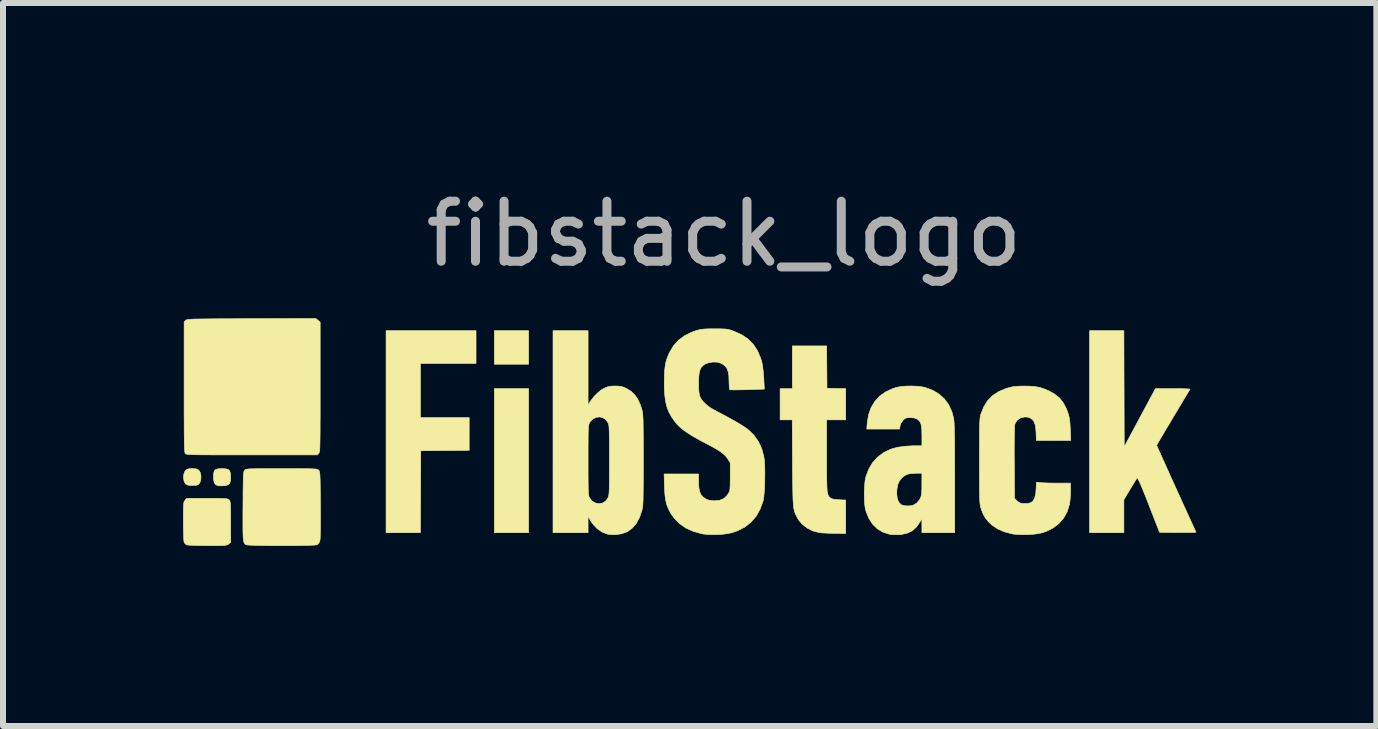
<source format=kicad_pcb>
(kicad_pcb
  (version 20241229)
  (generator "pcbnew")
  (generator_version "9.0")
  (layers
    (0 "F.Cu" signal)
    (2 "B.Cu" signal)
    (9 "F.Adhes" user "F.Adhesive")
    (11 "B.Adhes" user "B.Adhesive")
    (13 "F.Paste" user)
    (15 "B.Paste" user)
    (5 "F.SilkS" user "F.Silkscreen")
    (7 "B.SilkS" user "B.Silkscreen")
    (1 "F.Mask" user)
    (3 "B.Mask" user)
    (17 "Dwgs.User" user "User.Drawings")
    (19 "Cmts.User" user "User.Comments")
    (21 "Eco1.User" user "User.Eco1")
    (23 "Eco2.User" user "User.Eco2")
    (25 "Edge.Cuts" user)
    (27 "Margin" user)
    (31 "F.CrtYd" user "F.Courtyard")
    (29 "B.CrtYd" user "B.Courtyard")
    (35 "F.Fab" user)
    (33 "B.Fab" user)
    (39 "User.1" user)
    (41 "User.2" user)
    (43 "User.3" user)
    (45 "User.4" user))
  (footprint "fibstack_logo"
    (layer "F.Cu")
    (at 9.016 3.848)
    (property "Reference" "fibstack_logo" (at 0 -3 0) (unlocked yes) (layer "F.Fab") (effects (font (size 1 1) (thickness 0.15))))
    (fp_poly (pts (xy -3.258 -0.829) (xy -3.829 -0.829) (xy -3.829 -1.388) (xy -3.258 -1.388) (xy -3.258 -0.829)) (stroke (width 0.01) (type solid)) (fill yes) (layer "F.SilkS"))
    (fp_poly (pts (xy -3.258 1.978) (xy -3.829 1.978) (xy -3.829 -0.422) (xy -3.258 -0.422) (xy -3.258 1.978)) (stroke (width 0.01) (type solid)) (fill yes) (layer "F.SilkS"))
    (fp_poly (pts (xy -4.134 -0.842) (xy -5.061 -0.842) (xy -5.061 0.06) (xy -4.248 0.06) (xy -4.248 0.606) (xy -4.651 0.609) (xy -5.055 0.613) (xy -5.058 1.295) (xy -5.061 1.978) (xy -5.633 1.978) (xy -5.633 -1.388) (xy -4.134 -1.388) (xy -4.134 -0.842)) (stroke (width 0.01) (type solid)) (fill yes) (layer "F.SilkS"))
    (fp_poly (pts (xy -8.305 0.914) (xy -8.263 0.925) (xy -8.239 0.947) (xy -8.227 0.986) (xy -8.223 1.044) (xy -8.223 1.049) (xy -8.226 1.112) (xy -8.238 1.154) (xy -8.262 1.179) (xy -8.3 1.192) (xy -8.338 1.196) (xy -8.382 1.198) (xy -8.42 1.197) (xy -8.435 1.195) (xy -8.472 1.179) (xy -8.495 1.147) (xy -8.507 1.097) (xy -8.509 1.051) (xy -8.506 0.99) (xy -8.495 0.949) (xy -8.471 0.925) (xy -8.43 0.914) (xy -8.369 0.911) (xy -8.367 0.911) (xy -8.305 0.914)) (stroke (width 0.01) (type solid)) (fill yes) (layer "F.SilkS"))
    (fp_poly (pts (xy -8.814 0.913) (xy -8.784 0.919) (xy -8.761 0.932) (xy -8.75 0.942) (xy -8.728 0.98) (xy -8.717 1.031) (xy -8.719 1.085) (xy -8.732 1.135) (xy -8.745 1.157) (xy -8.761 1.175) (xy -8.78 1.185) (xy -8.81 1.189) (xy -8.856 1.19) (xy -8.859 1.19) (xy -8.911 1.189) (xy -8.944 1.183) (xy -8.965 1.172) (xy -8.972 1.166) (xy -8.997 1.125) (xy -9.008 1.073) (xy -9.006 1.017) (xy -8.991 0.966) (xy -8.97 0.936) (xy -8.947 0.921) (xy -8.915 0.913) (xy -8.866 0.911) (xy -8.862 0.911) (xy -8.814 0.913)) (stroke (width 0.01) (type solid)) (fill yes) (layer "F.SilkS"))
    (fp_poly (pts (xy -8.514 1.406) (xy -8.434 1.407) (xy -8.373 1.408) (xy -8.329 1.409) (xy -8.298 1.412) (xy -8.277 1.416) (xy -8.263 1.421) (xy -8.253 1.428) (xy -8.249 1.432) (xy -8.241 1.441) (xy -8.235 1.452) (xy -8.231 1.469) (xy -8.228 1.494) (xy -8.225 1.532) (xy -8.224 1.583) (xy -8.224 1.653) (xy -8.223 1.744) (xy -8.223 1.799) (xy -8.223 2.141) (xy -8.257 2.167) (xy -8.268 2.176) (xy -8.282 2.182) (xy -8.3 2.186) (xy -8.327 2.19) (xy -8.365 2.192) (xy -8.419 2.193) (xy -8.49 2.193) (xy -8.583 2.193) (xy -8.609 2.193) (xy -8.698 2.192) (xy -8.78 2.191) (xy -8.851 2.189) (xy -8.906 2.186) (xy -8.944 2.183) (xy -8.957 2.181) (xy -8.983 2.16) (xy -8.998 2.136) (xy -9.002 2.114) (xy -9.005 2.071) (xy -9.007 2.009) (xy -9.009 1.934) (xy -9.011 1.848) (xy -9.011 1.788) (xy -9.011 1.69) (xy -9.01 1.615) (xy -9.009 1.558) (xy -9.007 1.517) (xy -9.004 1.488) (xy -9 1.468) (xy -8.994 1.453) (xy -8.986 1.442) (xy -8.984 1.44) (xy -8.958 1.406) (xy -8.616 1.406) (xy -8.514 1.406)) (stroke (width 0.01) (type solid)) (fill yes) (layer "F.SilkS"))
    (fp_poly (pts (xy 1.714 -0.429) (xy 1.87 -0.425) (xy 2.026 -0.422) (xy 2.026 0.098) (xy 1.708 0.098) (xy 1.708 0.696) (xy 1.708 0.841) (xy 1.708 0.962) (xy 1.709 1.063) (xy 1.711 1.146) (xy 1.713 1.211) (xy 1.716 1.263) (xy 1.72 1.302) (xy 1.726 1.332) (xy 1.734 1.354) (xy 1.743 1.371) (xy 1.754 1.384) (xy 1.768 1.397) (xy 1.769 1.398) (xy 1.79 1.411) (xy 1.823 1.42) (xy 1.872 1.426) (xy 1.911 1.429) (xy 2.026 1.435) (xy 2.026 1.991) (xy 1.838 1.989) (xy 1.765 1.988) (xy 1.694 1.985) (xy 1.634 1.982) (xy 1.589 1.978) (xy 1.581 1.976) (xy 1.479 1.949) (xy 1.384 1.901) (xy 1.302 1.838) (xy 1.238 1.761) (xy 1.212 1.715) (xy 1.198 1.686) (xy 1.186 1.66) (xy 1.176 1.633) (xy 1.168 1.605) (xy 1.161 1.572) (xy 1.156 1.532) (xy 1.152 1.484) (xy 1.148 1.424) (xy 1.146 1.352) (xy 1.144 1.263) (xy 1.143 1.157) (xy 1.141 1.031) (xy 1.14 0.883) (xy 1.14 0.813) (xy 1.135 0.098) (xy 0.933 0.098) (xy 0.933 -0.422) (xy 1.137 -0.422) (xy 1.137 -1.134) (xy 1.708 -1.134) (xy 1.714 -0.429)) (stroke (width 0.01) (type solid)) (fill yes) (layer "F.SilkS"))
    (fp_poly (pts (xy -6.767 -1.56) (xy -6.731 -1.53) (xy -6.731 -0.45) (xy -6.731 -0.26) (xy -6.731 -0.093) (xy -6.731 0.052) (xy -6.732 0.176) (xy -6.732 0.281) (xy -6.733 0.369) (xy -6.734 0.442) (xy -6.735 0.5) (xy -6.736 0.546) (xy -6.738 0.581) (xy -6.74 0.607) (xy -6.743 0.626) (xy -6.746 0.639) (xy -6.749 0.648) (xy -6.753 0.654) (xy -6.755 0.656) (xy -6.779 0.682) (xy -7.868 0.682) (xy -8.059 0.682) (xy -8.227 0.682) (xy -8.373 0.682) (xy -8.498 0.682) (xy -8.604 0.681) (xy -8.692 0.681) (xy -8.765 0.68) (xy -8.824 0.679) (xy -8.87 0.677) (xy -8.906 0.676) (xy -8.932 0.673) (xy -8.95 0.671) (xy -8.963 0.668) (xy -8.971 0.664) (xy -8.976 0.66) (xy -8.977 0.659) (xy -8.981 0.654) (xy -8.984 0.644) (xy -8.987 0.63) (xy -8.989 0.608) (xy -8.991 0.578) (xy -8.993 0.538) (xy -8.994 0.486) (xy -8.995 0.421) (xy -8.996 0.341) (xy -8.997 0.244) (xy -8.997 0.129) (xy -8.998 -0.005) (xy -8.998 -0.161) (xy -8.998 -0.339) (xy -8.998 -0.45) (xy -8.998 -1.536) (xy -8.971 -1.56) (xy -8.966 -1.565) (xy -8.958 -1.568) (xy -8.947 -1.572) (xy -8.931 -1.574) (xy -8.908 -1.577) (xy -8.876 -1.579) (xy -8.834 -1.581) (xy -8.78 -1.582) (xy -8.713 -1.583) (xy -8.631 -1.584) (xy -8.532 -1.585) (xy -8.415 -1.586) (xy -8.278 -1.586) (xy -8.119 -1.587) (xy -7.937 -1.588) (xy -7.874 -1.588) (xy -6.803 -1.591) (xy -6.767 -1.56)) (stroke (width 0.01) (type solid)) (fill yes) (layer "F.SilkS"))
    (fp_poly (pts (xy 6.664 -0.42) (xy 6.667 0.547) (xy 6.927 0.062) (xy 7.187 -0.422) (xy 7.477 -0.422) (xy 7.56 -0.422) (xy 7.632 -0.421) (xy 7.692 -0.419) (xy 7.736 -0.417) (xy 7.759 -0.414) (xy 7.762 -0.413) (xy 7.755 -0.4) (xy 7.736 -0.368) (xy 7.706 -0.319) (xy 7.668 -0.255) (xy 7.622 -0.178) (xy 7.57 -0.091) (xy 7.513 0.004) (xy 7.482 0.056) (xy 7.424 0.154) (xy 7.369 0.245) (xy 7.321 0.327) (xy 7.279 0.398) (xy 7.245 0.455) (xy 7.222 0.496) (xy 7.209 0.519) (xy 7.207 0.523) (xy 7.212 0.535) (xy 7.227 0.568) (xy 7.25 0.619) (xy 7.28 0.686) (xy 7.316 0.767) (xy 7.358 0.859) (xy 7.403 0.959) (xy 7.451 1.066) (xy 7.502 1.177) (xy 7.552 1.289) (xy 7.603 1.4) (xy 7.652 1.508) (xy 7.699 1.61) (xy 7.741 1.704) (xy 7.78 1.788) (xy 7.812 1.858) (xy 7.837 1.913) (xy 7.855 1.951) (xy 7.863 1.968) (xy 7.863 1.969) (xy 7.853 1.971) (xy 7.821 1.973) (xy 7.769 1.975) (xy 7.703 1.975) (xy 7.625 1.975) (xy 7.563 1.975) (xy 7.256 1.972) (xy 7.076 1.512) (xy 7.028 1.388) (xy 6.987 1.287) (xy 6.954 1.207) (xy 6.928 1.147) (xy 6.908 1.104) (xy 6.894 1.078) (xy 6.885 1.067) (xy 6.882 1.067) (xy 6.871 1.083) (xy 6.849 1.117) (xy 6.82 1.164) (xy 6.786 1.22) (xy 6.764 1.256) (xy 6.661 1.429) (xy 6.661 1.978) (xy 6.09 1.978) (xy 6.09 -1.388) (xy 6.661 -1.388) (xy 6.664 -0.42)) (stroke (width 0.01) (type solid)) (fill yes) (layer "F.SilkS"))
    (fp_poly (pts (xy -7.234 0.911) (xy -7.12 0.911) (xy -7.026 0.912) (xy -6.95 0.912) (xy -6.892 0.913) (xy -6.847 0.915) (xy -6.815 0.917) (xy -6.792 0.92) (xy -6.776 0.923) (xy -6.766 0.928) (xy -6.76 0.933) (xy -6.755 0.938) (xy -6.749 0.945) (xy -6.745 0.956) (xy -6.741 0.971) (xy -6.737 0.993) (xy -6.735 1.025) (xy -6.733 1.069) (xy -6.731 1.128) (xy -6.73 1.203) (xy -6.729 1.297) (xy -6.728 1.412) (xy -6.727 1.519) (xy -6.726 1.674) (xy -6.726 1.807) (xy -6.727 1.917) (xy -6.729 2.005) (xy -6.731 2.069) (xy -6.735 2.108) (xy -6.737 2.119) (xy -6.758 2.16) (xy -6.782 2.179) (xy -6.803 2.182) (xy -6.845 2.186) (xy -6.906 2.188) (xy -6.984 2.19) (xy -7.073 2.192) (xy -7.172 2.193) (xy -7.277 2.193) (xy -7.385 2.194) (xy -7.492 2.193) (xy -7.596 2.193) (xy -7.694 2.191) (xy -7.781 2.19) (xy -7.855 2.187) (xy -7.913 2.185) (xy -7.951 2.182) (xy -7.965 2.179) (xy -7.978 2.172) (xy -7.989 2.162) (xy -7.997 2.148) (xy -8.004 2.128) (xy -8.01 2.099) (xy -8.014 2.059) (xy -8.016 2.005) (xy -8.018 1.936) (xy -8.018 1.85) (xy -8.018 1.744) (xy -8.018 1.616) (xy -8.017 1.531) (xy -8.016 1.396) (xy -8.016 1.284) (xy -8.014 1.193) (xy -8.013 1.12) (xy -8.012 1.064) (xy -8.01 1.021) (xy -8.007 0.991) (xy -8.004 0.969) (xy -8 0.954) (xy -7.995 0.945) (xy -7.99 0.938) (xy -7.983 0.932) (xy -7.976 0.926) (xy -7.965 0.922) (xy -7.947 0.919) (xy -7.922 0.916) (xy -7.886 0.914) (xy -7.837 0.913) (xy -7.774 0.912) (xy -7.694 0.911) (xy -7.594 0.911) (xy -7.472 0.911) (xy -7.372 0.911) (xy -7.234 0.911)) (stroke (width 0.01) (type solid)) (fill yes) (layer "F.SilkS"))
    (fp_poly (pts (xy 5.095 -0.463) (xy 5.18 -0.456) (xy 5.256 -0.443) (xy 5.328 -0.42) (xy 5.403 -0.389) (xy 5.505 -0.333) (xy 5.588 -0.266) (xy 5.653 -0.184) (xy 5.705 -0.084) (xy 5.728 -0.022) (xy 5.742 0.025) (xy 5.753 0.071) (xy 5.76 0.124) (xy 5.765 0.189) (xy 5.769 0.259) (xy 5.776 0.441) (xy 5.203 0.441) (xy 5.198 0.311) (xy 5.192 0.231) (xy 5.181 0.171) (xy 5.163 0.126) (xy 5.137 0.093) (xy 5.108 0.072) (xy 5.072 0.055) (xy 5.03 0.05) (xy 5 0.051) (xy 4.935 0.067) (xy 4.884 0.103) (xy 4.85 0.157) (xy 4.844 0.174) (xy 4.841 0.199) (xy 4.838 0.249) (xy 4.836 0.323) (xy 4.835 0.419) (xy 4.834 0.538) (xy 4.834 0.678) (xy 4.835 0.812) (xy 4.839 1.406) (xy 4.879 1.447) (xy 4.908 1.471) (xy 4.937 1.485) (xy 4.979 1.491) (xy 4.995 1.493) (xy 5.062 1.492) (xy 5.114 1.477) (xy 5.152 1.445) (xy 5.177 1.395) (xy 5.193 1.324) (xy 5.198 1.256) (xy 5.204 1.137) (xy 5.269 1.144) (xy 5.304 1.147) (xy 5.358 1.149) (xy 5.426 1.151) (xy 5.501 1.152) (xy 5.553 1.152) (xy 5.772 1.152) (xy 5.772 1.289) (xy 5.77 1.357) (xy 5.765 1.425) (xy 5.758 1.485) (xy 5.754 1.51) (xy 5.716 1.629) (xy 5.658 1.734) (xy 5.58 1.824) (xy 5.483 1.899) (xy 5.369 1.956) (xy 5.283 1.984) (xy 5.22 1.996) (xy 5.14 2.005) (xy 5.05 2.01) (xy 4.96 2.011) (xy 4.877 2.007) (xy 4.808 2) (xy 4.801 1.998) (xy 4.668 1.963) (xy 4.556 1.914) (xy 4.461 1.85) (xy 4.399 1.789) (xy 4.353 1.732) (xy 4.319 1.673) (xy 4.291 1.604) (xy 4.278 1.565) (xy 4.273 1.547) (xy 4.268 1.527) (xy 4.265 1.503) (xy 4.262 1.473) (xy 4.26 1.434) (xy 4.258 1.385) (xy 4.257 1.323) (xy 4.256 1.247) (xy 4.255 1.153) (xy 4.255 1.039) (xy 4.254 0.904) (xy 4.254 0.784) (xy 4.254 0.631) (xy 4.255 0.501) (xy 4.255 0.393) (xy 4.256 0.303) (xy 4.257 0.229) (xy 4.258 0.171) (xy 4.26 0.124) (xy 4.263 0.088) (xy 4.266 0.059) (xy 4.269 0.036) (xy 4.274 0.017) (xy 4.278 0.004) (xy 4.326 -0.118) (xy 4.39 -0.22) (xy 4.471 -0.304) (xy 4.571 -0.371) (xy 4.69 -0.422) (xy 4.722 -0.432) (xy 4.775 -0.446) (xy 4.824 -0.456) (xy 4.879 -0.461) (xy 4.947 -0.464) (xy 4.991 -0.465) (xy 5.095 -0.463)) (stroke (width 0.01) (type solid)) (fill yes) (layer "F.SilkS"))
    (fp_poly (pts (xy 3.218 -0.462) (xy 3.3 -0.452) (xy 3.345 -0.443) (xy 3.471 -0.397) (xy 3.58 -0.333) (xy 3.671 -0.251) (xy 3.743 -0.152) (xy 3.795 -0.038) (xy 3.823 0.068) (xy 3.827 0.091) (xy 3.83 0.121) (xy 3.833 0.159) (xy 3.835 0.208) (xy 3.837 0.268) (xy 3.838 0.342) (xy 3.84 0.432) (xy 3.841 0.539) (xy 3.841 0.666) (xy 3.841 0.813) (xy 3.842 0.983) (xy 3.842 1.071) (xy 3.842 1.978) (xy 3.296 1.978) (xy 3.295 1.743) (xy 3.263 1.8) (xy 3.205 1.883) (xy 3.136 1.945) (xy 3.055 1.985) (xy 2.958 2.007) (xy 2.909 2.011) (xy 2.851 2.011) (xy 2.796 2.009) (xy 2.755 2.004) (xy 2.752 2.003) (xy 2.645 1.969) (xy 2.553 1.913) (xy 2.475 1.837) (xy 2.413 1.742) (xy 2.366 1.628) (xy 2.354 1.584) (xy 2.345 1.529) (xy 2.339 1.455) (xy 2.337 1.37) (xy 2.337 1.323) (xy 2.876 1.323) (xy 2.884 1.405) (xy 2.907 1.467) (xy 2.946 1.509) (xy 2.951 1.512) (xy 2.989 1.526) (xy 3.042 1.532) (xy 3.097 1.531) (xy 3.146 1.522) (xy 3.152 1.52) (xy 3.21 1.484) (xy 3.257 1.428) (xy 3.272 1.4) (xy 3.281 1.374) (xy 3.288 1.344) (xy 3.292 1.303) (xy 3.295 1.248) (xy 3.295 1.172) (xy 3.295 1.168) (xy 3.296 0.987) (xy 3.204 0.987) (xy 3.124 0.991) (xy 3.062 1.002) (xy 3.013 1.024) (xy 2.969 1.058) (xy 2.958 1.069) (xy 2.918 1.12) (xy 2.893 1.178) (xy 2.88 1.249) (xy 2.876 1.323) (xy 2.337 1.323) (xy 2.337 1.281) (xy 2.341 1.195) (xy 2.348 1.119) (xy 2.358 1.06) (xy 2.361 1.051) (xy 2.408 0.923) (xy 2.473 0.812) (xy 2.557 0.719) (xy 2.657 0.644) (xy 2.774 0.588) (xy 2.807 0.577) (xy 2.904 0.553) (xy 3.018 0.538) (xy 3.143 0.53) (xy 3.174 0.53) (xy 3.296 0.53) (xy 3.296 0.365) (xy 3.294 0.278) (xy 3.289 0.212) (xy 3.279 0.164) (xy 3.263 0.129) (xy 3.24 0.103) (xy 3.217 0.086) (xy 3.17 0.067) (xy 3.109 0.06) (xy 3.101 0.06) (xy 3.056 0.062) (xy 3.027 0.069) (xy 3.002 0.085) (xy 2.984 0.103) (xy 2.945 0.156) (xy 2.932 0.198) (xy 2.924 0.251) (xy 2.651 0.251) (xy 2.377 0.251) (xy 2.385 0.151) (xy 2.406 0.016) (xy 2.448 -0.104) (xy 2.51 -0.208) (xy 2.591 -0.297) (xy 2.691 -0.368) (xy 2.81 -0.423) (xy 2.876 -0.444) (xy 2.947 -0.457) (xy 3.033 -0.464) (xy 3.126 -0.466) (xy 3.218 -0.462)) (stroke (width 0.01) (type solid)) (fill yes) (layer "F.SilkS"))
    (fp_poly (pts (xy -2.267 -0.149) (xy -2.228 -0.211) (xy -2.171 -0.287) (xy -2.104 -0.355) (xy -2.032 -0.41) (xy -1.991 -0.432) (xy -1.946 -0.451) (xy -1.904 -0.461) (xy -1.855 -0.465) (xy -1.814 -0.466) (xy -1.757 -0.464) (xy -1.714 -0.458) (xy -1.674 -0.446) (xy -1.628 -0.425) (xy -1.551 -0.378) (xy -1.488 -0.318) (xy -1.436 -0.242) (xy -1.394 -0.148) (xy -1.369 -0.067) (xy -1.364 -0.048) (xy -1.36 -0.026) (xy -1.357 -0.001) (xy -1.354 0.031) (xy -1.352 0.072) (xy -1.35 0.123) (xy -1.349 0.187) (xy -1.348 0.266) (xy -1.347 0.361) (xy -1.347 0.476) (xy -1.346 0.612) (xy -1.346 0.765) (xy -1.346 0.924) (xy -1.347 1.06) (xy -1.347 1.174) (xy -1.348 1.27) (xy -1.349 1.349) (xy -1.35 1.413) (xy -1.352 1.464) (xy -1.354 1.505) (xy -1.357 1.537) (xy -1.361 1.563) (xy -1.365 1.585) (xy -1.368 1.601) (xy -1.409 1.723) (xy -1.464 1.824) (xy -1.531 1.903) (xy -1.612 1.961) (xy -1.706 1.996) (xy -1.798 2.01) (xy -1.853 2.011) (xy -1.904 2.008) (xy -1.94 2.003) (xy -2.035 1.966) (xy -2.12 1.907) (xy -2.193 1.826) (xy -2.228 1.772) (xy -2.267 1.705) (xy -2.267 1.978) (xy -2.851 1.978) (xy -2.851 0.771) (xy -2.267 0.771) (xy -2.267 0.909) (xy -2.267 1.023) (xy -2.266 1.117) (xy -2.265 1.192) (xy -2.264 1.251) (xy -2.262 1.297) (xy -2.26 1.331) (xy -2.256 1.356) (xy -2.252 1.374) (xy -2.248 1.387) (xy -2.245 1.393) (xy -2.205 1.447) (xy -2.152 1.481) (xy -2.091 1.494) (xy -2.027 1.484) (xy -2.006 1.475) (xy -1.963 1.441) (xy -1.937 1.401) (xy -1.931 1.388) (xy -1.926 1.373) (xy -1.922 1.355) (xy -1.919 1.331) (xy -1.916 1.299) (xy -1.914 1.256) (xy -1.913 1.2) (xy -1.912 1.129) (xy -1.912 1.041) (xy -1.911 0.931) (xy -1.911 0.8) (xy -1.911 0.771) (xy -1.911 0.635) (xy -1.912 0.522) (xy -1.912 0.429) (xy -1.913 0.355) (xy -1.914 0.296) (xy -1.916 0.251) (xy -1.918 0.217) (xy -1.921 0.192) (xy -1.925 0.173) (xy -1.93 0.158) (xy -1.936 0.144) (xy -1.937 0.142) (xy -1.974 0.092) (xy -2.022 0.061) (xy -2.076 0.049) (xy -2.132 0.056) (xy -2.185 0.081) (xy -2.229 0.124) (xy -2.245 0.15) (xy -2.25 0.162) (xy -2.254 0.178) (xy -2.258 0.199) (xy -2.261 0.227) (xy -2.263 0.267) (xy -2.265 0.318) (xy -2.266 0.385) (xy -2.266 0.469) (xy -2.267 0.572) (xy -2.267 0.697) (xy -2.267 0.771) (xy -2.851 0.771) (xy -2.851 -1.388) (xy -2.267 -1.388) (xy -2.267 -0.149)) (stroke (width 0.01) (type solid)) (fill yes) (layer "F.SilkS"))
    (fp_poly (pts (xy -0.08 -1.419) (xy -0.021 -1.417) (xy 0.024 -1.415) (xy 0.061 -1.41) (xy 0.095 -1.402) (xy 0.131 -1.39) (xy 0.159 -1.38) (xy 0.287 -1.323) (xy 0.396 -1.251) (xy 0.485 -1.162) (xy 0.555 -1.056) (xy 0.608 -0.932) (xy 0.628 -0.866) (xy 0.639 -0.809) (xy 0.649 -0.735) (xy 0.657 -0.651) (xy 0.661 -0.591) (xy 0.67 -0.414) (xy 0.388 -0.405) (xy 0.306 -0.403) (xy 0.232 -0.402) (xy 0.17 -0.401) (xy 0.124 -0.402) (xy 0.099 -0.403) (xy 0.094 -0.404) (xy 0.09 -0.419) (xy 0.086 -0.454) (xy 0.083 -0.502) (xy 0.082 -0.544) (xy 0.079 -0.635) (xy 0.068 -0.705) (xy 0.048 -0.758) (xy 0.016 -0.8) (xy -0.029 -0.833) (xy -0.047 -0.843) (xy -0.11 -0.863) (xy -0.182 -0.866) (xy -0.255 -0.855) (xy -0.32 -0.83) (xy -0.354 -0.806) (xy -0.382 -0.775) (xy -0.402 -0.735) (xy -0.415 -0.684) (xy -0.423 -0.616) (xy -0.425 -0.527) (xy -0.425 -0.519) (xy -0.424 -0.432) (xy -0.42 -0.364) (xy -0.41 -0.312) (xy -0.395 -0.27) (xy -0.371 -0.232) (xy -0.337 -0.193) (xy -0.324 -0.181) (xy -0.287 -0.146) (xy -0.243 -0.113) (xy -0.188 -0.079) (xy -0.116 -0.04) (xy -0.076 -0.019) (xy 0.056 0.051) (xy 0.173 0.116) (xy 0.273 0.175) (xy 0.354 0.227) (xy 0.403 0.263) (xy 0.497 0.354) (xy 0.573 0.462) (xy 0.629 0.585) (xy 0.662 0.711) (xy 0.67 0.767) (xy 0.675 0.841) (xy 0.678 0.929) (xy 0.678 1.024) (xy 0.677 1.122) (xy 0.674 1.218) (xy 0.668 1.305) (xy 0.661 1.38) (xy 0.653 1.436) (xy 0.649 1.451) (xy 0.6 1.586) (xy 0.534 1.703) (xy 0.449 1.802) (xy 0.347 1.883) (xy 0.227 1.945) (xy 0.133 1.978) (xy 0.049 1.995) (xy -0.05 2.007) (xy -0.156 2.011) (xy -0.259 2.009) (xy -0.349 2) (xy -0.364 1.997) (xy -0.507 1.959) (xy -0.633 1.903) (xy -0.742 1.828) (xy -0.833 1.736) (xy -0.892 1.651) (xy -0.927 1.584) (xy -0.954 1.517) (xy -0.972 1.444) (xy -0.985 1.36) (xy -0.992 1.259) (xy -0.994 1.206) (xy -1 1) (xy -0.426 1) (xy -0.426 1.127) (xy -0.422 1.217) (xy -0.41 1.286) (xy -0.389 1.34) (xy -0.355 1.381) (xy -0.308 1.414) (xy -0.294 1.422) (xy -0.245 1.439) (xy -0.182 1.446) (xy -0.158 1.447) (xy -0.076 1.439) (xy -0.01 1.413) (xy 0.041 1.368) (xy 0.068 1.33) (xy 0.08 1.309) (xy 0.089 1.29) (xy 0.095 1.267) (xy 0.098 1.238) (xy 0.1 1.197) (xy 0.101 1.14) (xy 0.102 1.063) (xy 0.102 1.043) (xy 0.102 0.814) (xy 0.063 0.752) (xy 0.035 0.712) (xy 0.000088 0.676) (xy -0.045 0.639) (xy -0.104 0.6) (xy -0.18 0.556) (xy -0.277 0.504) (xy -0.278 0.504) (xy -0.406 0.436) (xy -0.513 0.376) (xy -0.601 0.321) (xy -0.674 0.27) (xy -0.735 0.22) (xy -0.785 0.17) (xy -0.826 0.12) (xy -0.88 0.042) (xy -0.922 -0.036) (xy -0.953 -0.117) (xy -0.975 -0.207) (xy -0.989 -0.311) (xy -0.996 -0.431) (xy -0.997 -0.527) (xy -0.995 -0.639) (xy -0.99 -0.732) (xy -0.981 -0.809) (xy -0.967 -0.877) (xy -0.946 -0.941) (xy -0.918 -1.007) (xy -0.907 -1.03) (xy -0.842 -1.138) (xy -0.761 -1.228) (xy -0.662 -1.302) (xy -0.544 -1.361) (xy -0.464 -1.39) (xy -0.424 -1.401) (xy -0.387 -1.409) (xy -0.347 -1.414) (xy -0.299 -1.417) (xy -0.235 -1.419) (xy -0.159 -1.419) (xy -0.08 -1.419)) (stroke (width 0.01) (type solid)) (fill yes) (layer "F.SilkS")))
  (gr_rect
    (start -3 -3)
    (end 19.884 9.047)
    (stroke (width 0.1) (type default))
    (fill no)
    (layer "Edge.Cuts")))
</source>
